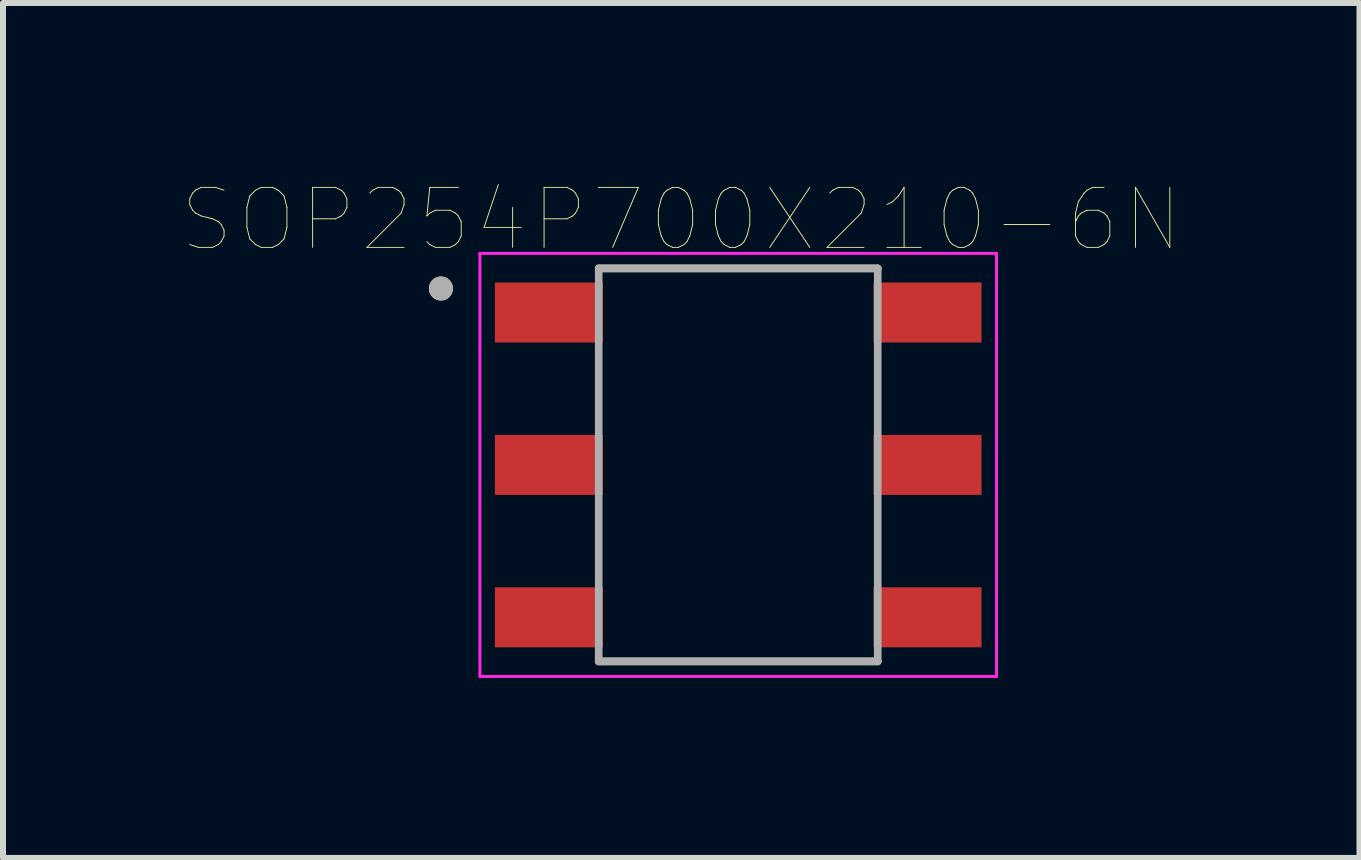
<source format=kicad_pcb>
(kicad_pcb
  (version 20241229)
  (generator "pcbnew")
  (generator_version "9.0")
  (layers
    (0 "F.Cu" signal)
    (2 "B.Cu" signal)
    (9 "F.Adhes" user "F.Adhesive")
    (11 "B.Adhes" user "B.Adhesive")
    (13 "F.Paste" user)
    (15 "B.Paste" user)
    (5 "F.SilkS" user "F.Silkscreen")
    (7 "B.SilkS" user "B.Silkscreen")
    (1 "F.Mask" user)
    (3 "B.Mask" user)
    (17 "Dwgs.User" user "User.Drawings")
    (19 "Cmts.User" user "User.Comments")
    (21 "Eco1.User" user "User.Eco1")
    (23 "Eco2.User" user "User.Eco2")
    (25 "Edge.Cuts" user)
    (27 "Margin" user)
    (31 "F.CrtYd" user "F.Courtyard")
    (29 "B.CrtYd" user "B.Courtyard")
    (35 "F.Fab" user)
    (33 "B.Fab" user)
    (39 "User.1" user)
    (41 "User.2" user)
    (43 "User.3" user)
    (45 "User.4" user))
  (footprint "SOP254P700X210-6N"
    (layer "F.Cu")
    (at 9.253 4.698)
    (property "Reference" "SOP254P700X210-6N" (at -0.95 -4.087 0) (layer "F.SilkS") (effects (font (size 1 1) (thickness 0.015))))
    (attr through_hole)
    (fp_line (start -2.325 -3.275) (end 2.325 -3.275) (stroke (width 0.127) (type solid)) (layer "F.SilkS"))
    (fp_line (start -2.325 3.275) (end 2.325 3.275) (stroke (width 0.127) (type solid)) (layer "F.SilkS"))
    (fp_circle (center -4.955 -2.94) (end -4.855 -2.94) (stroke (width 0.2) (type solid)) (fill no) (layer "F.SilkS"))
    (fp_line (start -4.305 -3.525) (end -4.305 3.525) (stroke (width 0.05) (type solid)) (layer "F.CrtYd"))
    (fp_line (start -4.305 -3.525) (end 4.305 -3.525) (stroke (width 0.05) (type solid)) (layer "F.CrtYd"))
    (fp_line (start -4.305 3.525) (end 4.305 3.525) (stroke (width 0.05) (type solid)) (layer "F.CrtYd"))
    (fp_line (start 4.305 -3.525) (end 4.305 3.525) (stroke (width 0.05) (type solid)) (layer "F.CrtYd"))
    (fp_line (start -2.325 -3.275) (end -2.325 3.275) (stroke (width 0.127) (type solid)) (layer "F.Fab"))
    (fp_line (start -2.325 -3.275) (end 2.325 -3.275) (stroke (width 0.127) (type solid)) (layer "F.Fab"))
    (fp_line (start -2.325 3.275) (end 2.325 3.275) (stroke (width 0.127) (type solid)) (layer "F.Fab"))
    (fp_line (start 2.325 -3.275) (end 2.325 3.275) (stroke (width 0.127) (type solid)) (layer "F.Fab"))
    (fp_circle (center -4.955 -2.94) (end -4.855 -2.94) (stroke (width 0.2) (type solid)) (fill no) (layer "F.Fab"))
    (pad "1" smd rect (at -3.155 -2.54) (size 1.8 1) (layers "F.Cu" "F.Mask" "F.Paste"))
    (pad "2" smd rect (at -3.155 0) (size 1.8 1) (layers "F.Cu" "F.Mask" "F.Paste"))
    (pad "3" smd rect (at -3.155 2.54) (size 1.8 1) (layers "F.Cu" "F.Mask" "F.Paste"))
    (pad "4" smd rect (at 3.155 2.54) (size 1.8 1) (layers "F.Cu" "F.Mask" "F.Paste"))
    (pad "5" smd rect (at 3.155 0) (size 1.8 1) (layers "F.Cu" "F.Mask" "F.Paste"))
    (pad "6" smd rect (at 3.155 -2.54) (size 1.8 1) (layers "F.Cu" "F.Mask" "F.Paste")))
  (gr_rect
    (start -3 -3)
    (end 19.607 11.248)
    (stroke (width 0.1) (type default))
    (fill no)
    (layer "Edge.Cuts")))
</source>
